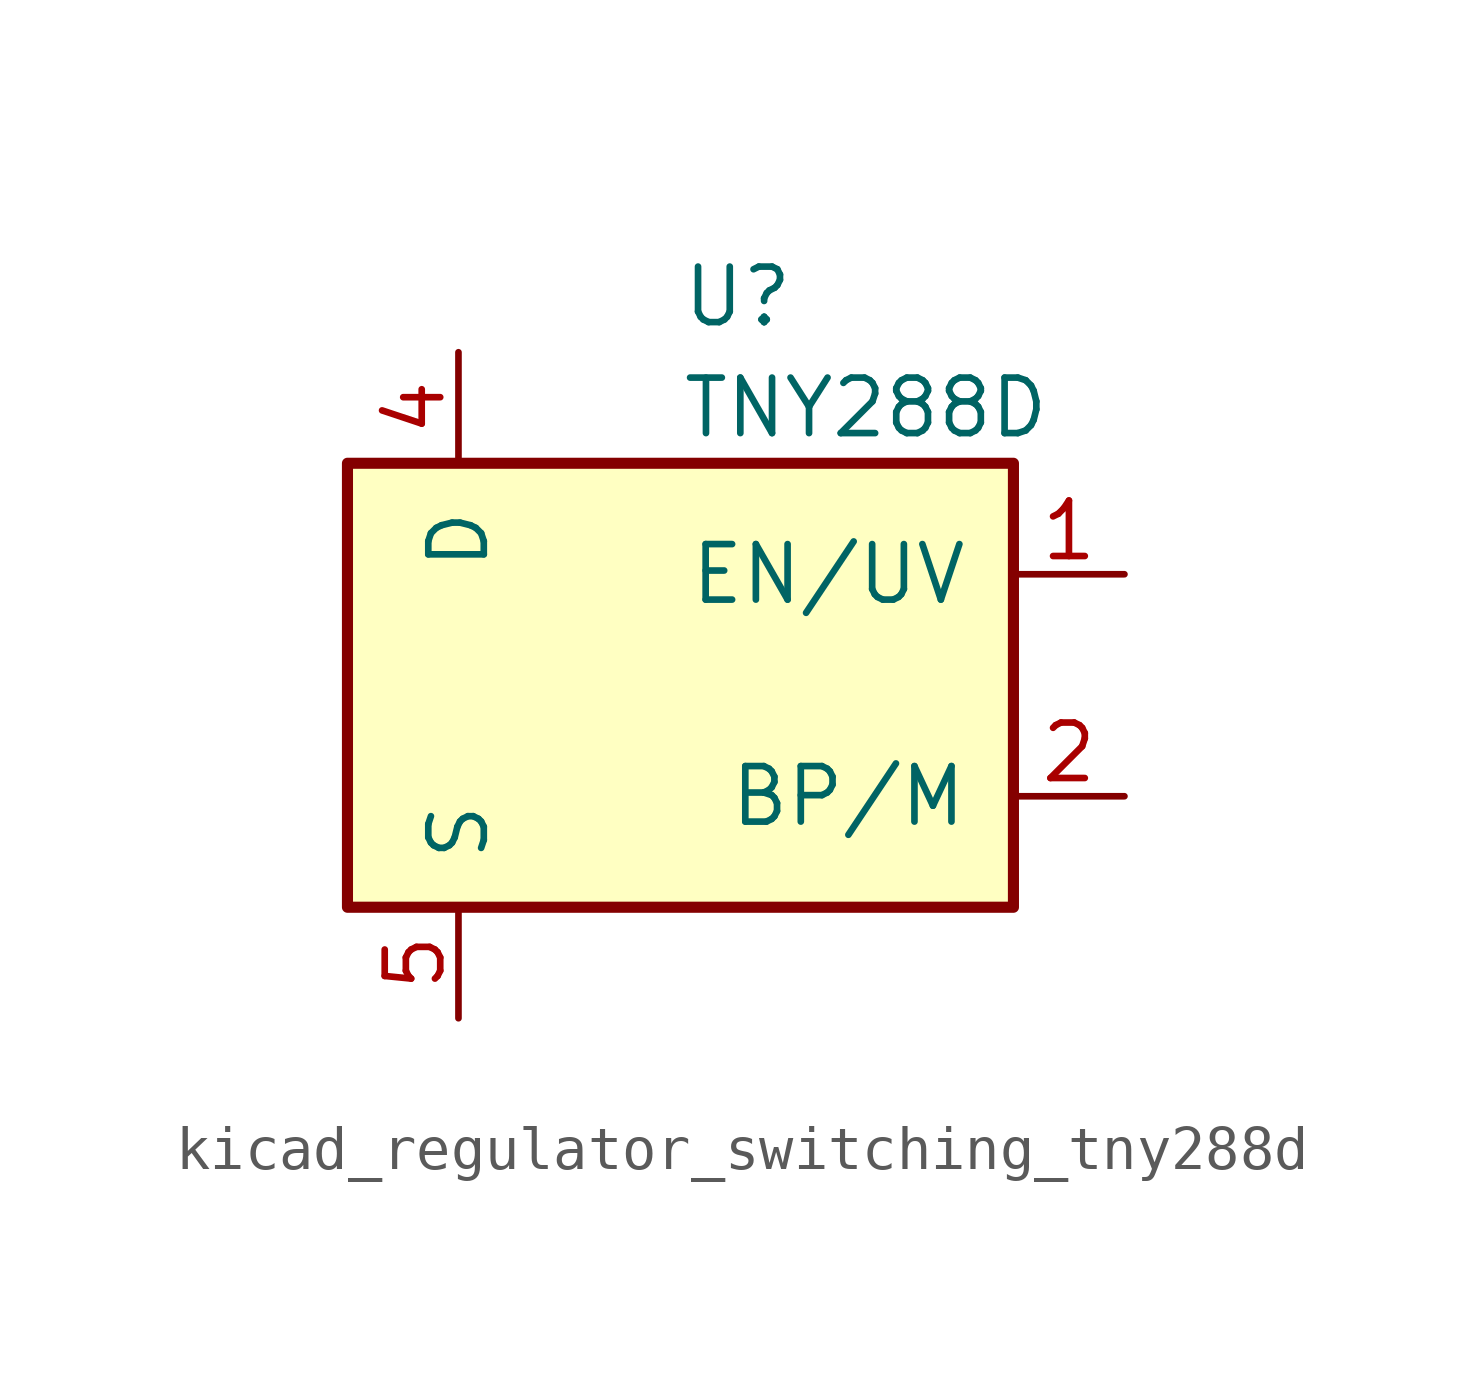
<source format=kicad_sym>
(kicad_symbol_lib
  (version 20220914)
  (generator kicad_symbol_editor)
  (symbol "kicad_regulator_switching_tny288d"
    (pin_names
      (offset 1.016))
    (property "Reference" "U"
      (at 0 8.89 0)
      (effects (font (size 1.27 1.27)) (justify left)))
    (property "Value" "TNY288D"
      (at 0 6.35 0)
      (effects (font (size 1.27 1.27)) (justify left)))
    (symbol "kicad_regulator_switching_tny288d_0_1"
      (rectangle (start -7.62 5.08) (end 7.62 -5.08) (stroke (width 0.254) (type default)) (fill (type background))))
    (symbol "kicad_regulator_switching_tny288d_1_1"
      (pin input line (at 10.16 2.54 180) (length 2.54) (name "EN/UV" (effects (font (size 1.27 1.27)))) (number "1" (effects (font (size 1.27 1.27)))))
      (pin input line (at 10.16 -2.54 180) (length 2.54) (name "BP/M" (effects (font (size 1.27 1.27)))) (number "2" (effects (font (size 1.27 1.27)))))
      (pin open_collector line (at -5.08 7.62 270) (length 2.54) (name "D" (effects (font (size 1.27 1.27)))) (number "4" (effects (font (size 1.27 1.27)))))
      (pin power_in line (at -5.08 -7.62 90) (length 2.54) (name "S" (effects (font (size 1.27 1.27)))) (number "5" (effects (font (size 1.27 1.27)))))
      (pin passive line (at -5.08 -7.62 90) (length 2.54) hide (name "S" (effects (font (size 1.27 1.27)))) (number "6" (effects (font (size 1.27 1.27)))))
      (pin passive line (at -5.08 -7.62 90) (length 2.54) hide (name "S" (effects (font (size 1.27 1.27)))) (number "7" (effects (font (size 1.27 1.27)))))
      (pin passive line (at -5.08 -7.62 90) (length 2.54) hide (name "S" (effects (font (size 1.27 1.27)))) (number "8" (effects (font (size 1.27 1.27))))))))
</source>
